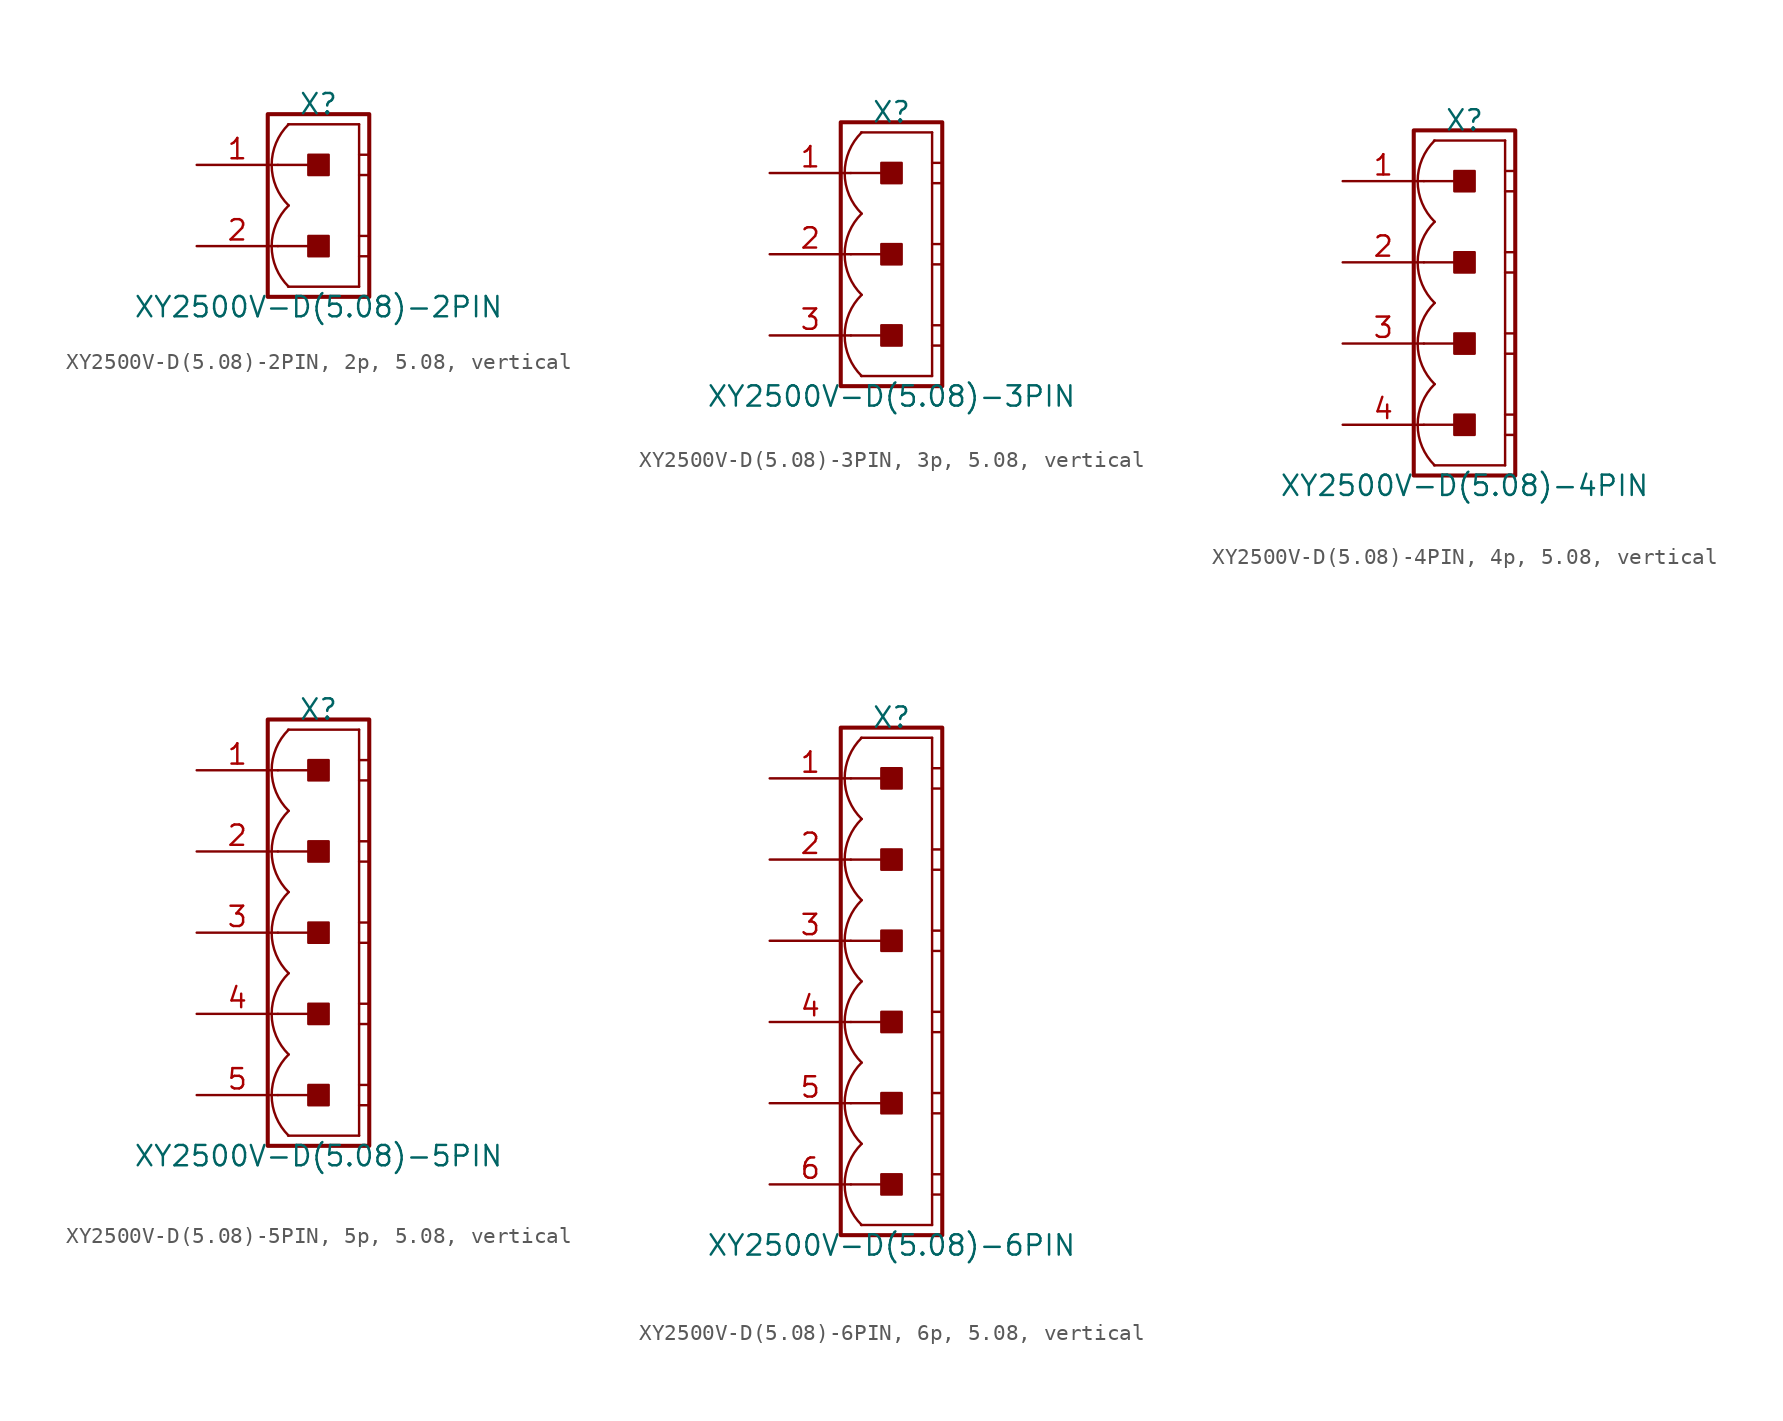
<source format=kicad_sym>
(kicad_symbol_lib
  (version 20241209)
  (generator "kicad_symbol_editor")
  (generator_version "9.0")
  (symbol "XY2500V-D(5.08)-2PIN, 2p, 5.08, vertical"
    (pin_names
      (offset 1.016)
      (hide yes))
    (property "Reference" "X"
      (at 0 6.35 0)
      (effects (font (size 1.27 1.27))))
    (property "Value" "XY2500V-D(5.08)-2PIN"
      (at 0 -6.35 0)
      (effects (font (size 1.27 1.27))))
    (symbol "XY2500V-D(5.08)-2PIN, 2p, 5.08, vertical_0_1"
      (polyline (pts (xy 2.54 5.08) (xy -1.905 5.08)) (stroke (width 0.152) (type default)) (fill (type none)))
      (polyline (pts (xy 2.54 5.08) (xy 2.54 -5.08)) (stroke (width 0.152) (type default)) (fill (type none)))
      (polyline (pts (xy 2.54 3.175) (xy 3.175 3.175)) (stroke (width 0.152) (type default)) (fill (type none)))
      (polyline (pts (xy 2.54 1.905) (xy 3.175 1.905)) (stroke (width 0.152) (type default)) (fill (type none)))
      (polyline (pts (xy 2.54 -1.905) (xy 3.175 -1.905)) (stroke (width 0.152) (type default)) (fill (type none)))
      (polyline (pts (xy 2.54 -3.175) (xy 3.175 -3.175)) (stroke (width 0.152) (type default)) (fill (type none)))
      (polyline (pts (xy 2.54 -5.08) (xy -1.905 -5.08)) (stroke (width 0.152) (type default)) (fill (type none))))
    (symbol "XY2500V-D(5.08)-2PIN, 2p, 5.08, vertical_1_0"
      (polyline (pts (xy -2.54 2.54) (xy 0 2.54)) (stroke (width 0.152) (type default)) (fill (type none)))
      (polyline (pts (xy -2.54 -2.54) (xy 0 -2.54)) (stroke (width 0.152) (type default)) (fill (type none))))
    (symbol "XY2500V-D(5.08)-2PIN, 2p, 5.08, vertical_1_1"
      (rectangle (start -3.175 5.715) (end 3.175 -5.715) (stroke (width 0.254) (type default)) (fill (type none)))
      (rectangle (start -0.635 1.905) (end 0.635 3.175) (stroke (width 0.152) (type default)) (fill (type outline)))
      (rectangle (start -0.635 -3.175) (end 0.635 -1.905) (stroke (width 0.152) (type default)) (fill (type outline)))
      (arc (start -1.8664 0) (mid -2.9299 2.54) (end -1.8664 5.08) (stroke (width 0.1524) (type default)) (fill (type none)))
      (arc (start -1.8664 -5.08) (mid -2.9299 -2.54) (end -1.8664 0) (stroke (width 0.1524) (type default)) (fill (type none)))
      (pin passive line (at -7.62 2.54 0) (length 5.08) (name "1" (effects (font (size 1.27 1.27)))) (number "1" (effects (font (size 1.27 1.27)))))
      (pin passive line (at -7.62 -2.54 0) (length 5.08) (name "2" (effects (font (size 1.27 1.27)))) (number "2" (effects (font (size 1.27 1.27)))))))
  (symbol "XY2500V-D(5.08)-3PIN, 3p, 5.08, vertical"
    (pin_names
      (offset 1.016)
      (hide yes))
    (property "Reference" "X"
      (at 0 8.89 0)
      (effects (font (size 1.27 1.27))))
    (property "Value" "XY2500V-D(5.08)-3PIN"
      (at 0 -8.89 0)
      (effects (font (size 1.27 1.27))))
    (symbol "XY2500V-D(5.08)-3PIN, 3p, 5.08, vertical_0_1"
      (polyline (pts (xy 2.54 7.62) (xy -1.905 7.62)) (stroke (width 0.152) (type default)) (fill (type none)))
      (polyline (pts (xy 2.54 7.62) (xy 2.54 -7.62)) (stroke (width 0.152) (type default)) (fill (type none)))
      (polyline (pts (xy 2.54 5.715) (xy 3.175 5.715)) (stroke (width 0.152) (type default)) (fill (type none)))
      (polyline (pts (xy 2.54 4.445) (xy 3.175 4.445)) (stroke (width 0.152) (type default)) (fill (type none)))
      (polyline (pts (xy 2.54 0.635) (xy 3.175 0.635)) (stroke (width 0.152) (type default)) (fill (type none)))
      (polyline (pts (xy 2.54 -0.635) (xy 3.175 -0.635)) (stroke (width 0.152) (type default)) (fill (type none)))
      (polyline (pts (xy 2.54 -4.445) (xy 3.175 -4.445)) (stroke (width 0.152) (type default)) (fill (type none)))
      (polyline (pts (xy 2.54 -5.715) (xy 3.175 -5.715)) (stroke (width 0.152) (type default)) (fill (type none)))
      (polyline (pts (xy 2.54 -7.62) (xy -1.905 -7.62)) (stroke (width 0.152) (type default)) (fill (type none))))
    (symbol "XY2500V-D(5.08)-3PIN, 3p, 5.08, vertical_1_0"
      (polyline (pts (xy -2.54 5.08) (xy 0 5.08)) (stroke (width 0.152) (type default)) (fill (type none)))
      (polyline (pts (xy -2.54 0) (xy 0 0)) (stroke (width 0.152) (type default)) (fill (type none)))
      (polyline (pts (xy -2.54 -5.08) (xy 0 -5.08)) (stroke (width 0.152) (type default)) (fill (type none))))
    (symbol "XY2500V-D(5.08)-3PIN, 3p, 5.08, vertical_1_1"
      (rectangle (start -3.175 8.255) (end 3.175 -8.255) (stroke (width 0.254) (type default)) (fill (type none)))
      (rectangle (start -0.635 4.445) (end 0.635 5.715) (stroke (width 0.152) (type default)) (fill (type outline)))
      (rectangle (start -0.635 -0.635) (end 0.635 0.635) (stroke (width 0.152) (type default)) (fill (type outline)))
      (rectangle (start -0.635 -5.715) (end 0.635 -4.445) (stroke (width 0.152) (type default)) (fill (type outline)))
      (arc (start -1.8664 2.54) (mid -2.9299 5.08) (end -1.8664 7.62) (stroke (width 0.1524) (type default)) (fill (type none)))
      (arc (start -1.8664 -2.54) (mid -2.9299 0) (end -1.8664 2.54) (stroke (width 0.1524) (type default)) (fill (type none)))
      (arc (start -1.8664 -7.62) (mid -2.9299 -5.08) (end -1.8664 -2.54) (stroke (width 0.1524) (type default)) (fill (type none)))
      (pin passive line (at -7.62 5.08 0) (length 5.08) (name "1" (effects (font (size 1.27 1.27)))) (number "1" (effects (font (size 1.27 1.27)))))
      (pin passive line (at -7.62 0 0) (length 5.08) (name "2" (effects (font (size 1.27 1.27)))) (number "2" (effects (font (size 1.27 1.27)))))
      (pin passive line (at -7.62 -5.08 0) (length 5.08) (name "3" (effects (font (size 1.27 1.27)))) (number "3" (effects (font (size 1.27 1.27)))))))
  (symbol "XY2500V-D(5.08)-4PIN, 4p, 5.08, vertical"
    (pin_names
      (offset 1.016)
      (hide yes))
    (property "Reference" "X"
      (at 0 11.43 0)
      (effects (font (size 1.27 1.27))))
    (property "Value" "XY2500V-D(5.08)-4PIN"
      (at 0 -11.43 0)
      (effects (font (size 1.27 1.27))))
    (symbol "XY2500V-D(5.08)-4PIN, 4p, 5.08, vertical_0_1"
      (polyline (pts (xy 2.54 10.16) (xy -1.905 10.16)) (stroke (width 0.152) (type default)) (fill (type none)))
      (polyline (pts (xy 2.54 10.16) (xy 2.54 -10.16)) (stroke (width 0.152) (type default)) (fill (type none)))
      (polyline (pts (xy 2.54 8.255) (xy 3.175 8.255)) (stroke (width 0.152) (type default)) (fill (type none)))
      (polyline (pts (xy 2.54 6.985) (xy 3.175 6.985)) (stroke (width 0.152) (type default)) (fill (type none)))
      (polyline (pts (xy 2.54 3.175) (xy 3.175 3.175)) (stroke (width 0.152) (type default)) (fill (type none)))
      (polyline (pts (xy 2.54 1.905) (xy 3.175 1.905)) (stroke (width 0.152) (type default)) (fill (type none)))
      (polyline (pts (xy 2.54 -1.905) (xy 3.175 -1.905)) (stroke (width 0.152) (type default)) (fill (type none)))
      (polyline (pts (xy 2.54 -3.175) (xy 3.175 -3.175)) (stroke (width 0.152) (type default)) (fill (type none)))
      (polyline (pts (xy 2.54 -6.985) (xy 3.175 -6.985)) (stroke (width 0.152) (type default)) (fill (type none)))
      (polyline (pts (xy 2.54 -8.255) (xy 3.175 -8.255)) (stroke (width 0.152) (type default)) (fill (type none)))
      (polyline (pts (xy 2.54 -10.16) (xy -1.905 -10.16)) (stroke (width 0.152) (type default)) (fill (type none))))
    (symbol "XY2500V-D(5.08)-4PIN, 4p, 5.08, vertical_1_0"
      (polyline (pts (xy -2.54 7.62) (xy 0 7.62)) (stroke (width 0.152) (type default)) (fill (type none)))
      (polyline (pts (xy -2.54 2.54) (xy 0 2.54)) (stroke (width 0.152) (type default)) (fill (type none)))
      (polyline (pts (xy -2.54 -2.54) (xy 0 -2.54)) (stroke (width 0.152) (type default)) (fill (type none)))
      (polyline (pts (xy -2.54 -7.62) (xy 0 -7.62)) (stroke (width 0.152) (type default)) (fill (type none))))
    (symbol "XY2500V-D(5.08)-4PIN, 4p, 5.08, vertical_1_1"
      (rectangle (start -3.175 10.795) (end 3.175 -10.795) (stroke (width 0.254) (type default)) (fill (type none)))
      (rectangle (start -0.635 6.985) (end 0.635 8.255) (stroke (width 0.152) (type default)) (fill (type outline)))
      (rectangle (start -0.635 1.905) (end 0.635 3.175) (stroke (width 0.152) (type default)) (fill (type outline)))
      (rectangle (start -0.635 -3.175) (end 0.635 -1.905) (stroke (width 0.152) (type default)) (fill (type outline)))
      (rectangle (start -0.635 -8.255) (end 0.635 -6.985) (stroke (width 0.152) (type default)) (fill (type outline)))
      (arc (start -1.8664 5.08) (mid -2.9299 7.62) (end -1.8664 10.16) (stroke (width 0.1524) (type default)) (fill (type none)))
      (arc (start -1.8664 0) (mid -2.9299 2.54) (end -1.8664 5.08) (stroke (width 0.1524) (type default)) (fill (type none)))
      (arc (start -1.8664 -5.08) (mid -2.9299 -2.54) (end -1.8664 0) (stroke (width 0.1524) (type default)) (fill (type none)))
      (arc (start -1.8664 -10.16) (mid -2.9299 -7.62) (end -1.8664 -5.08) (stroke (width 0.1524) (type default)) (fill (type none)))
      (pin passive line (at -7.62 7.62 0) (length 5.08) (name "1" (effects (font (size 1.27 1.27)))) (number "1" (effects (font (size 1.27 1.27)))))
      (pin passive line (at -7.62 2.54 0) (length 5.08) (name "2" (effects (font (size 1.27 1.27)))) (number "2" (effects (font (size 1.27 1.27)))))
      (pin passive line (at -7.62 -2.54 0) (length 5.08) (name "3" (effects (font (size 1.27 1.27)))) (number "3" (effects (font (size 1.27 1.27)))))
      (pin passive line (at -7.62 -7.62 0) (length 5.08) (name "4" (effects (font (size 1.27 1.27)))) (number "4" (effects (font (size 1.27 1.27)))))))
  (symbol "XY2500V-D(5.08)-5PIN, 5p, 5.08, vertical"
    (pin_names
      (offset 1.016)
      (hide yes))
    (property "Reference" "X"
      (at 0 13.97 0)
      (effects (font (size 1.27 1.27))))
    (property "Value" "XY2500V-D(5.08)-5PIN"
      (at 0 -13.97 0)
      (effects (font (size 1.27 1.27))))
    (symbol "XY2500V-D(5.08)-5PIN, 5p, 5.08, vertical_0_1"
      (polyline (pts (xy 2.54 12.7) (xy -1.905 12.7)) (stroke (width 0.152) (type default)) (fill (type none)))
      (polyline (pts (xy 2.54 12.7) (xy 2.54 -12.7)) (stroke (width 0.152) (type default)) (fill (type none)))
      (polyline (pts (xy 2.54 10.795) (xy 3.175 10.795)) (stroke (width 0.152) (type default)) (fill (type none)))
      (polyline (pts (xy 2.54 9.525) (xy 3.175 9.525)) (stroke (width 0.152) (type default)) (fill (type none)))
      (polyline (pts (xy 2.54 5.715) (xy 3.175 5.715)) (stroke (width 0.152) (type default)) (fill (type none)))
      (polyline (pts (xy 2.54 4.445) (xy 3.175 4.445)) (stroke (width 0.152) (type default)) (fill (type none)))
      (polyline (pts (xy 2.54 0.635) (xy 3.175 0.635)) (stroke (width 0.152) (type default)) (fill (type none)))
      (polyline (pts (xy 2.54 -0.635) (xy 3.175 -0.635)) (stroke (width 0.152) (type default)) (fill (type none)))
      (polyline (pts (xy 2.54 -4.445) (xy 3.175 -4.445)) (stroke (width 0.152) (type default)) (fill (type none)))
      (polyline (pts (xy 2.54 -5.715) (xy 3.175 -5.715)) (stroke (width 0.152) (type default)) (fill (type none)))
      (polyline (pts (xy 2.54 -9.525) (xy 3.175 -9.525)) (stroke (width 0.152) (type default)) (fill (type none)))
      (polyline (pts (xy 2.54 -10.795) (xy 3.175 -10.795)) (stroke (width 0.152) (type default)) (fill (type none)))
      (polyline (pts (xy 2.54 -12.7) (xy -1.905 -12.7)) (stroke (width 0.152) (type default)) (fill (type none))))
    (symbol "XY2500V-D(5.08)-5PIN, 5p, 5.08, vertical_1_0"
      (polyline (pts (xy -2.54 10.16) (xy 0 10.16)) (stroke (width 0.152) (type default)) (fill (type none)))
      (polyline (pts (xy -2.54 5.08) (xy 0 5.08)) (stroke (width 0.152) (type default)) (fill (type none)))
      (polyline (pts (xy -2.54 0) (xy 0 0)) (stroke (width 0.152) (type default)) (fill (type none)))
      (polyline (pts (xy -2.54 -5.08) (xy 0 -5.08)) (stroke (width 0.152) (type default)) (fill (type none)))
      (polyline (pts (xy -2.54 -10.16) (xy 0 -10.16)) (stroke (width 0.152) (type default)) (fill (type none))))
    (symbol "XY2500V-D(5.08)-5PIN, 5p, 5.08, vertical_1_1"
      (rectangle (start -3.175 13.335) (end 3.175 -13.335) (stroke (width 0.254) (type default)) (fill (type none)))
      (rectangle (start -0.635 9.525) (end 0.635 10.795) (stroke (width 0.152) (type default)) (fill (type outline)))
      (rectangle (start -0.635 4.445) (end 0.635 5.715) (stroke (width 0.152) (type default)) (fill (type outline)))
      (rectangle (start -0.635 -0.635) (end 0.635 0.635) (stroke (width 0.152) (type default)) (fill (type outline)))
      (rectangle (start -0.635 -5.715) (end 0.635 -4.445) (stroke (width 0.152) (type default)) (fill (type outline)))
      (rectangle (start -0.635 -10.795) (end 0.635 -9.525) (stroke (width 0.152) (type default)) (fill (type outline)))
      (arc (start -1.8664 7.62) (mid -2.9299 10.16) (end -1.8664 12.7) (stroke (width 0.1524) (type default)) (fill (type none)))
      (arc (start -1.8664 2.54) (mid -2.9299 5.08) (end -1.8664 7.62) (stroke (width 0.1524) (type default)) (fill (type none)))
      (arc (start -1.8664 -2.54) (mid -2.9299 0) (end -1.8664 2.54) (stroke (width 0.1524) (type default)) (fill (type none)))
      (arc (start -1.8664 -7.62) (mid -2.9299 -5.08) (end -1.8664 -2.54) (stroke (width 0.1524) (type default)) (fill (type none)))
      (arc (start -1.8664 -12.7) (mid -2.9299 -10.16) (end -1.8664 -7.62) (stroke (width 0.1524) (type default)) (fill (type none)))
      (pin passive line (at -7.62 10.16 0) (length 5.08) (name "1" (effects (font (size 1.27 1.27)))) (number "1" (effects (font (size 1.27 1.27)))))
      (pin passive line (at -7.62 5.08 0) (length 5.08) (name "2" (effects (font (size 1.27 1.27)))) (number "2" (effects (font (size 1.27 1.27)))))
      (pin passive line (at -7.62 0 0) (length 5.08) (name "3" (effects (font (size 1.27 1.27)))) (number "3" (effects (font (size 1.27 1.27)))))
      (pin passive line (at -7.62 -5.08 0) (length 5.08) (name "4" (effects (font (size 1.27 1.27)))) (number "4" (effects (font (size 1.27 1.27)))))
      (pin passive line (at -7.62 -10.16 0) (length 5.08) (name "5" (effects (font (size 1.27 1.27)))) (number "5" (effects (font (size 1.27 1.27)))))))
  (symbol "XY2500V-D(5.08)-6PIN, 6p, 5.08, vertical"
    (pin_names
      (offset 1.016)
      (hide yes))
    (property "Reference" "X"
      (at 0 16.51 0)
      (effects (font (size 1.27 1.27))))
    (property "Value" "XY2500V-D(5.08)-6PIN"
      (at 0 -16.51 0)
      (effects (font (size 1.27 1.27))))
    (symbol "XY2500V-D(5.08)-6PIN, 6p, 5.08, vertical_0_1"
      (polyline (pts (xy 2.54 15.24) (xy -1.905 15.24)) (stroke (width 0.152) (type default)) (fill (type none)))
      (polyline (pts (xy 2.54 15.24) (xy 2.54 -15.24)) (stroke (width 0.152) (type default)) (fill (type none)))
      (polyline (pts (xy 2.54 13.335) (xy 3.175 13.335)) (stroke (width 0.152) (type default)) (fill (type none)))
      (polyline (pts (xy 2.54 12.065) (xy 3.175 12.065)) (stroke (width 0.152) (type default)) (fill (type none)))
      (polyline (pts (xy 2.54 8.255) (xy 3.175 8.255)) (stroke (width 0.152) (type default)) (fill (type none)))
      (polyline (pts (xy 2.54 6.985) (xy 3.175 6.985)) (stroke (width 0.152) (type default)) (fill (type none)))
      (polyline (pts (xy 2.54 3.175) (xy 3.175 3.175)) (stroke (width 0.152) (type default)) (fill (type none)))
      (polyline (pts (xy 2.54 1.905) (xy 3.175 1.905)) (stroke (width 0.152) (type default)) (fill (type none)))
      (polyline (pts (xy 2.54 -1.905) (xy 3.175 -1.905)) (stroke (width 0.152) (type default)) (fill (type none)))
      (polyline (pts (xy 2.54 -3.175) (xy 3.175 -3.175)) (stroke (width 0.152) (type default)) (fill (type none)))
      (polyline (pts (xy 2.54 -6.985) (xy 3.175 -6.985)) (stroke (width 0.152) (type default)) (fill (type none)))
      (polyline (pts (xy 2.54 -8.255) (xy 3.175 -8.255)) (stroke (width 0.152) (type default)) (fill (type none)))
      (polyline (pts (xy 2.54 -12.065) (xy 3.175 -12.065)) (stroke (width 0.152) (type default)) (fill (type none)))
      (polyline (pts (xy 2.54 -13.335) (xy 3.175 -13.335)) (stroke (width 0.152) (type default)) (fill (type none)))
      (polyline (pts (xy 2.54 -15.24) (xy -1.905 -15.24)) (stroke (width 0.152) (type default)) (fill (type none))))
    (symbol "XY2500V-D(5.08)-6PIN, 6p, 5.08, vertical_1_0"
      (polyline (pts (xy -2.54 12.7) (xy 0 12.7)) (stroke (width 0.152) (type default)) (fill (type none)))
      (polyline (pts (xy -2.54 7.62) (xy 0 7.62)) (stroke (width 0.152) (type default)) (fill (type none)))
      (polyline (pts (xy -2.54 2.54) (xy 0 2.54)) (stroke (width 0.152) (type default)) (fill (type none)))
      (polyline (pts (xy -2.54 -2.54) (xy 0 -2.54)) (stroke (width 0.152) (type default)) (fill (type none)))
      (polyline (pts (xy -2.54 -7.62) (xy 0 -7.62)) (stroke (width 0.152) (type default)) (fill (type none)))
      (polyline (pts (xy -2.54 -12.7) (xy 0 -12.7)) (stroke (width 0.152) (type default)) (fill (type none))))
    (symbol "XY2500V-D(5.08)-6PIN, 6p, 5.08, vertical_1_1"
      (rectangle (start -3.175 15.875) (end 3.175 -15.875) (stroke (width 0.254) (type default)) (fill (type none)))
      (rectangle (start -0.635 12.065) (end 0.635 13.335) (stroke (width 0.152) (type default)) (fill (type outline)))
      (rectangle (start -0.635 6.985) (end 0.635 8.255) (stroke (width 0.152) (type default)) (fill (type outline)))
      (rectangle (start -0.635 1.905) (end 0.635 3.175) (stroke (width 0.152) (type default)) (fill (type outline)))
      (rectangle (start -0.635 -3.175) (end 0.635 -1.905) (stroke (width 0.152) (type default)) (fill (type outline)))
      (rectangle (start -0.635 -8.255) (end 0.635 -6.985) (stroke (width 0.152) (type default)) (fill (type outline)))
      (rectangle (start -0.635 -13.335) (end 0.635 -12.065) (stroke (width 0.152) (type default)) (fill (type outline)))
      (arc (start -1.8664 10.16) (mid -2.9299 12.7) (end -1.8664 15.24) (stroke (width 0.1524) (type default)) (fill (type none)))
      (arc (start -1.8664 5.08) (mid -2.9299 7.62) (end -1.8664 10.16) (stroke (width 0.1524) (type default)) (fill (type none)))
      (arc (start -1.8664 0) (mid -2.9299 2.54) (end -1.8664 5.08) (stroke (width 0.1524) (type default)) (fill (type none)))
      (arc (start -1.8664 -5.08) (mid -2.9299 -2.54) (end -1.8664 0) (stroke (width 0.1524) (type default)) (fill (type none)))
      (arc (start -1.8664 -10.16) (mid -2.9299 -7.62) (end -1.8664 -5.08) (stroke (width 0.1524) (type default)) (fill (type none)))
      (arc (start -1.8664 -15.24) (mid -2.9299 -12.7) (end -1.8664 -10.16) (stroke (width 0.1524) (type default)) (fill (type none)))
      (pin passive line (at -7.62 12.7 0) (length 5.08) (name "1" (effects (font (size 1.27 1.27)))) (number "1" (effects (font (size 1.27 1.27)))))
      (pin passive line (at -7.62 7.62 0) (length 5.08) (name "2" (effects (font (size 1.27 1.27)))) (number "2" (effects (font (size 1.27 1.27)))))
      (pin passive line (at -7.62 2.54 0) (length 5.08) (name "3" (effects (font (size 1.27 1.27)))) (number "3" (effects (font (size 1.27 1.27)))))
      (pin passive line (at -7.62 -2.54 0) (length 5.08) (name "4" (effects (font (size 1.27 1.27)))) (number "4" (effects (font (size 1.27 1.27)))))
      (pin passive line (at -7.62 -7.62 0) (length 5.08) (name "5" (effects (font (size 1.27 1.27)))) (number "5" (effects (font (size 1.27 1.27)))))
      (pin passive line (at -7.62 -12.7 0) (length 5.08) (name "6" (effects (font (size 1.27 1.27)))) (number "6" (effects (font (size 1.27 1.27))))))))
</source>
